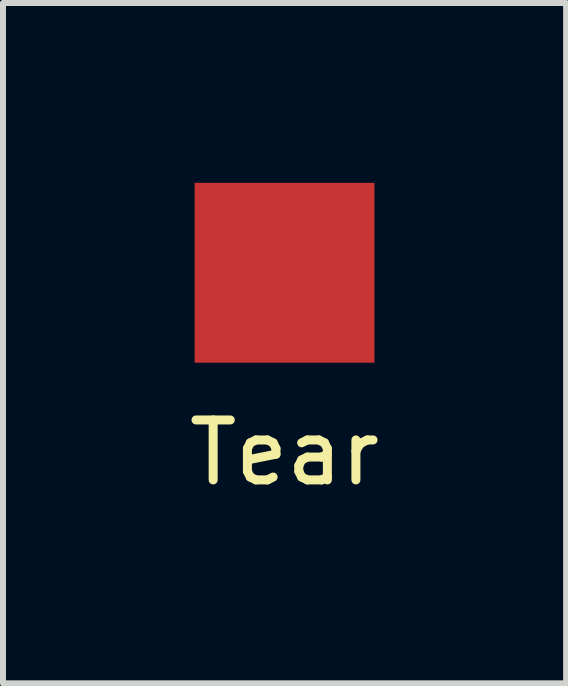
<source format=kicad_pcb>
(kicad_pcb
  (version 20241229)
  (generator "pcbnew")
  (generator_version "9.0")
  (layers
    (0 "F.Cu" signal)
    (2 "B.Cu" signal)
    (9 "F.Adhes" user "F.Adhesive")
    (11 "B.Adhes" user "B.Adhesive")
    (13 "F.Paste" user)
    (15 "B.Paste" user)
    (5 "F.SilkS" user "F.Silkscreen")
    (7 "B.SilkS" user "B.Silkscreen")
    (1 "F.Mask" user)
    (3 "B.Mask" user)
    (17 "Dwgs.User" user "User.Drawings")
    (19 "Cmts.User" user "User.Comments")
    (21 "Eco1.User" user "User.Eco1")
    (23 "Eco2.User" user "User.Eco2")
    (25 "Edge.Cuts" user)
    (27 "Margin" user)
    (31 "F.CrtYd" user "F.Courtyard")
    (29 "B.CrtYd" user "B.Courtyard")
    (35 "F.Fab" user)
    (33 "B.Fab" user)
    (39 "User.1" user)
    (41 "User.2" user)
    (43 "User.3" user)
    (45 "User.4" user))
  (footprint "Tear"
    (layer "F.Cu")
    (at 1.696 1)
    (property "Reference" "Tear" (at 0 3.5 0) (layer "F.SilkS") (effects (font (size 1 1) (thickness 0.15))))
    (attr through_hole)
    (pad "" connect rect (at 0 0.5) (size 3 3) (layers "F.Cu" "F.Mask")))
  (gr_rect
    (start -3 -3)
    (end 6.393 8.348)
    (stroke (width 0.1) (type default))
    (fill no)
    (layer "Edge.Cuts")))
</source>
